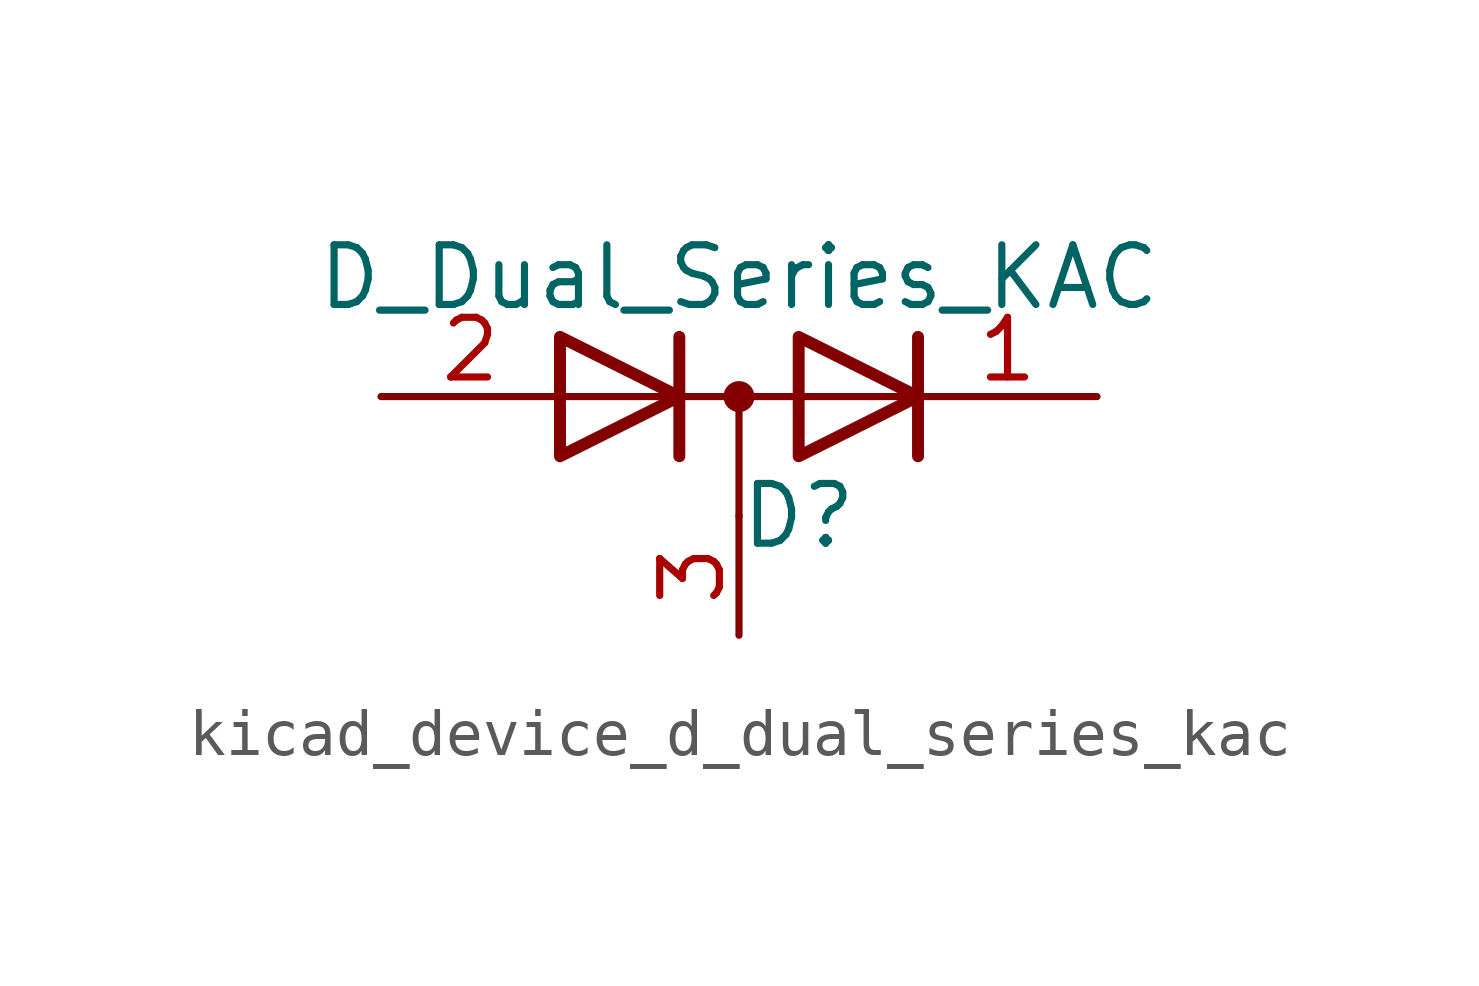
<source format=kicad_sym>
(kicad_symbol_lib
  (version 20220914)
  (generator kicad_symbol_editor)
  (symbol "kicad_device_d_dual_series_kac"
    (pin_names
      (offset 0.762) hide)
    (property "Reference" "D"
      (at 1.27 -2.54 0)
      (effects (font (size 1.27 1.27))))
    (property "Value" "D_Dual_Series_KAC"
      (at 0 2.54 0)
      (effects (font (size 1.27 1.27))))
    (symbol "kicad_device_d_dual_series_kac_0_1"
      (polyline (pts (xy 0 0) (xy 0 -2.54)) (stroke (width 0) (type default)) (fill (type none)))
      (polyline (pts (xy 3.81 0) (xy -3.81 0)) (stroke (width 0) (type default)) (fill (type none)))
      (polyline (pts (xy -1.27 -1.27) (xy -1.27 1.27) (xy -1.27 1.27)) (stroke (width 0.254) (type default)) (fill (type none)))
      (polyline (pts (xy 3.81 1.27) (xy 3.81 -1.27) (xy 3.81 -1.27)) (stroke (width 0.254) (type default)) (fill (type none)))
      (polyline (pts (xy -3.81 1.27) (xy -1.27 0) (xy -3.81 -1.27) (xy -3.81 1.27) (xy -3.81 1.27) (xy -3.81 1.27)) (stroke (width 0.254) (type default)) (fill (type none)))
      (polyline (pts (xy 1.27 1.27) (xy 3.81 0) (xy 1.27 -1.27) (xy 1.27 1.27) (xy 1.27 1.27) (xy 1.27 1.27)) (stroke (width 0.254) (type default)) (fill (type none)))
      (circle (center 0 0) (radius 0.254) (stroke (width 0) (type default)) (fill (type outline)))
      (pin passive line (at 7.62 0 180) (length 3.81) (name "K" (effects (font (size 1.27 1.27)))) (number "1" (effects (font (size 1.27 1.27)))))
      (pin passive line (at -7.62 0 0) (length 3.81) (name "A" (effects (font (size 1.27 1.27)))) (number "2" (effects (font (size 1.27 1.27)))))
      (pin passive line (at 0 -5.08 90) (length 2.54) (name "common" (effects (font (size 1.27 1.27)))) (number "3" (effects (font (size 1.27 1.27))))))))
</source>
